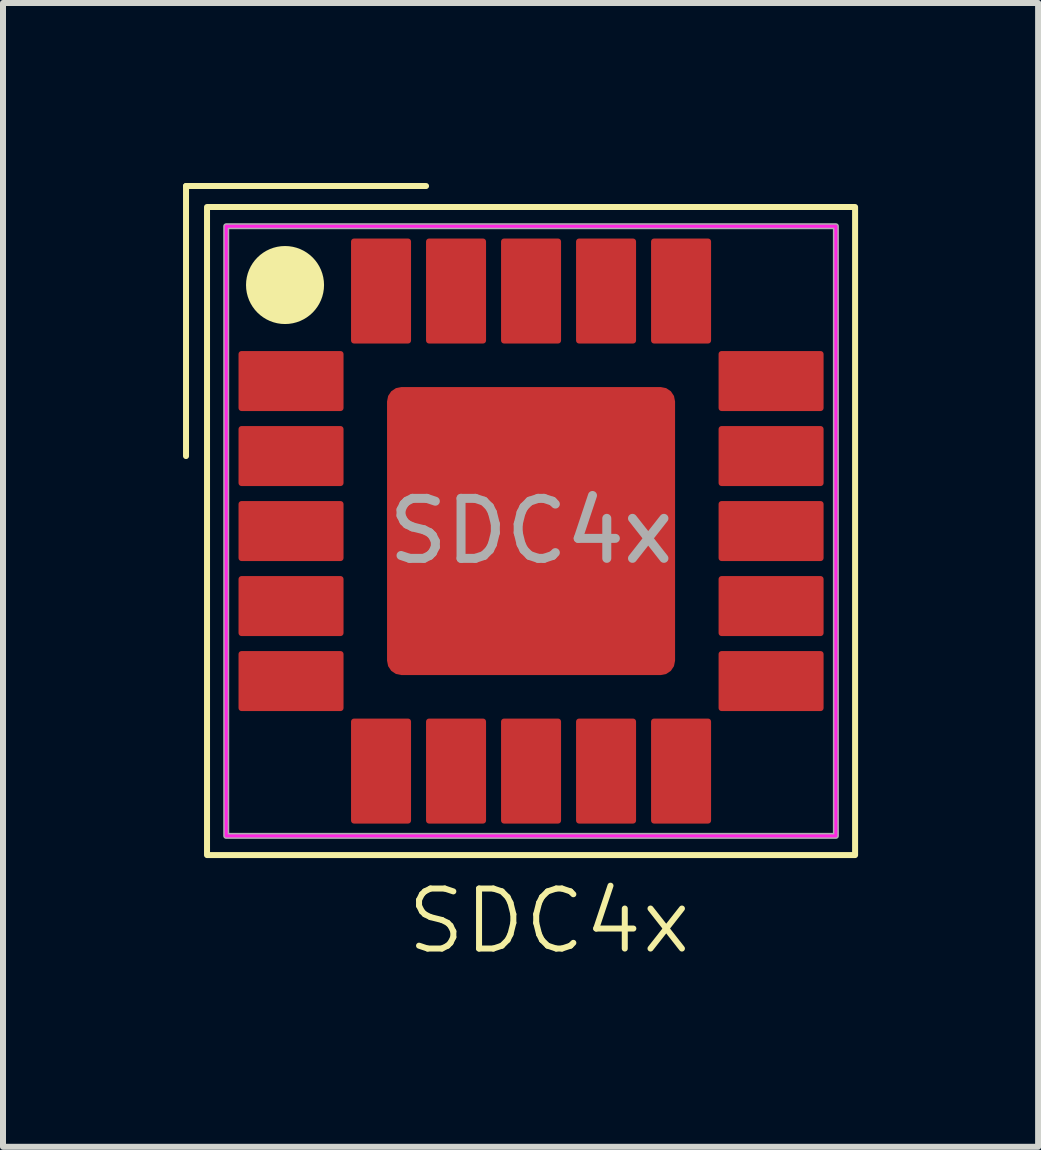
<source format=kicad_pcb>
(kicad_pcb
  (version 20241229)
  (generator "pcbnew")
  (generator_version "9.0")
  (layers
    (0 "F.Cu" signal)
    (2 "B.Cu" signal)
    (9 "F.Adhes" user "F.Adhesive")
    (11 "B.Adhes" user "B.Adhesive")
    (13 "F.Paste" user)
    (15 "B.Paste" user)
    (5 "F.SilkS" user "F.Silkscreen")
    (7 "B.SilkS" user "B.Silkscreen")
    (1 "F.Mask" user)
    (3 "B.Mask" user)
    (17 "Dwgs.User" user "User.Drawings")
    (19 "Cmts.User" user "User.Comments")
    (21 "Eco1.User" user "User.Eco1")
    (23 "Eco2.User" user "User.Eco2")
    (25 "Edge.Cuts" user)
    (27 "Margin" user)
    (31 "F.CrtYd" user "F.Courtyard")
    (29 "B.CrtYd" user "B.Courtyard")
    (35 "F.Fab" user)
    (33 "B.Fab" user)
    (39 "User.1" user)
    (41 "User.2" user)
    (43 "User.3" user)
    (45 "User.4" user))
  (footprint "SDC4x"
    (layer "F.Cu")
    (at 5.8 5.8)
    (property "Reference" "SDC4x" (at 0.3 6.5 0) (unlocked yes) (layer "F.SilkS") (effects (font (size 1 1) (thickness 0.1))))
    (attr smd)
    (fp_line (start -5.75 -5.75) (end -5.75 -1.25) (stroke (width 0.1) (type solid)) (layer "F.SilkS"))
    (fp_line (start -5.75 -5.75) (end -1.75 -5.75) (stroke (width 0.1) (type solid)) (layer "F.SilkS"))
    (fp_rect (start -5.4 -5.4) (end 5.4 5.4) (stroke (width 0.1) (type default)) (fill no) (layer "F.SilkS"))
    (fp_circle (center -4.1 -4.1) (end -3.5 -4.1) (stroke (width 0.1) (type solid)) (fill yes) (layer "F.SilkS"))
    (fp_rect (start -2 -2) (end -0.2 -0.2) (stroke (width 0.001) (type solid)) (fill yes) (layer "F.Paste"))
    (fp_rect (start -2 0.3) (end -0.2 2.1) (stroke (width 0.001) (type solid)) (fill yes) (layer "F.Paste"))
    (fp_rect (start 0.3 -2) (end 2.1 -0.2) (stroke (width 0.001) (type solid)) (fill yes) (layer "F.Paste"))
    (fp_rect (start 0.3 0.3) (end 2.1 2.1) (stroke (width 0.001) (type solid)) (fill yes) (layer "F.Paste"))
    (fp_rect (start -5.08 -5.08) (end 5.08 5.08) (stroke (width 0.05) (type default)) (fill no) (layer "F.CrtYd"))
    (fp_rect (start -5.08 -5.08) (end 5.08 5.08) (stroke (width 0.1) (type default)) (fill no) (layer "F.Fab"))
    (fp_text user "${REFERENCE}" (at 0 0 0) (unlocked yes) (layer "F.Fab") (effects (font (size 1 1) (thickness 0.15))))
    (pad "1" smd roundrect (at -4 -2.5 180) (size 1.75 1) (layers "F.Cu" "F.Mask" "F.Paste") (roundrect_rratio 0.05))
    (pad "2" smd roundrect (at -4 -1.25 180) (size 1.75 1) (layers "F.Cu" "F.Mask" "F.Paste") (roundrect_rratio 0.05))
    (pad "3" smd roundrect (at -4 0 180) (size 1.75 1) (layers "F.Cu" "F.Mask" "F.Paste") (roundrect_rratio 0.05))
    (pad "4" smd roundrect (at -4 1.25 180) (size 1.75 1) (layers "F.Cu" "F.Mask" "F.Paste") (roundrect_rratio 0.05))
    (pad "5" smd roundrect (at -4 2.5 180) (size 1.75 1) (layers "F.Cu" "F.Mask" "F.Paste") (roundrect_rratio 0.05))
    (pad "6" smd roundrect (at -2.5 4 180) (size 1 1.75) (layers "F.Cu" "F.Mask" "F.Paste") (roundrect_rratio 0.05))
    (pad "7" smd roundrect (at -1.25 4 180) (size 1 1.75) (layers "F.Cu" "F.Mask" "F.Paste") (roundrect_rratio 0.05))
    (pad "8" smd roundrect (at 0 4 180) (size 1 1.75) (layers "F.Cu" "F.Mask" "F.Paste") (roundrect_rratio 0.05))
    (pad "9" smd roundrect (at 1.25 4 180) (size 1 1.75) (layers "F.Cu" "F.Mask" "F.Paste") (roundrect_rratio 0.05))
    (pad "10" smd roundrect (at 2.5 4 180) (size 1 1.75) (layers "F.Cu" "F.Mask" "F.Paste") (roundrect_rratio 0.05))
    (pad "11" smd roundrect (at 4 2.5 180) (size 1.75 1) (layers "F.Cu" "F.Mask" "F.Paste") (roundrect_rratio 0.05))
    (pad "12" smd roundrect (at 4 1.25 180) (size 1.75 1) (layers "F.Cu" "F.Mask" "F.Paste") (roundrect_rratio 0.05))
    (pad "13" smd roundrect (at 4 0 180) (size 1.75 1) (layers "F.Cu" "F.Mask" "F.Paste") (roundrect_rratio 0.05))
    (pad "14" smd roundrect (at 4 -1.25 180) (size 1.75 1) (layers "F.Cu" "F.Mask" "F.Paste") (roundrect_rratio 0.05))
    (pad "15" smd roundrect (at 4 -2.5 180) (size 1.75 1) (layers "F.Cu" "F.Mask" "F.Paste") (roundrect_rratio 0.05))
    (pad "16" smd roundrect (at 2.5 -4 180) (size 1 1.75) (layers "F.Cu" "F.Mask" "F.Paste") (roundrect_rratio 0.05))
    (pad "17" smd roundrect (at 1.25 -4 180) (size 1 1.75) (layers "F.Cu" "F.Mask" "F.Paste") (roundrect_rratio 0.05))
    (pad "18" smd roundrect (at 0 -4 180) (size 1 1.75) (layers "F.Cu" "F.Mask" "F.Paste") (roundrect_rratio 0.05))
    (pad "19" smd roundrect (at -1.25 -4 180) (size 1 1.75) (layers "F.Cu" "F.Mask" "F.Paste") (roundrect_rratio 0.05))
    (pad "20" smd roundrect (at -2.5 -4 180) (size 1 1.75) (layers "F.Cu" "F.Mask" "F.Paste") (roundrect_rratio 0.05))
    (pad "21" smd roundrect (at 0 0 180) (size 4.8 4.8) (layers "F.Cu" "F.Mask") (roundrect_rratio 0.05)))
  (gr_rect
    (start -3 -3)
    (end 14.25 16.061)
    (stroke (width 0.1) (type default))
    (fill no)
    (layer "Edge.Cuts")))
</source>
